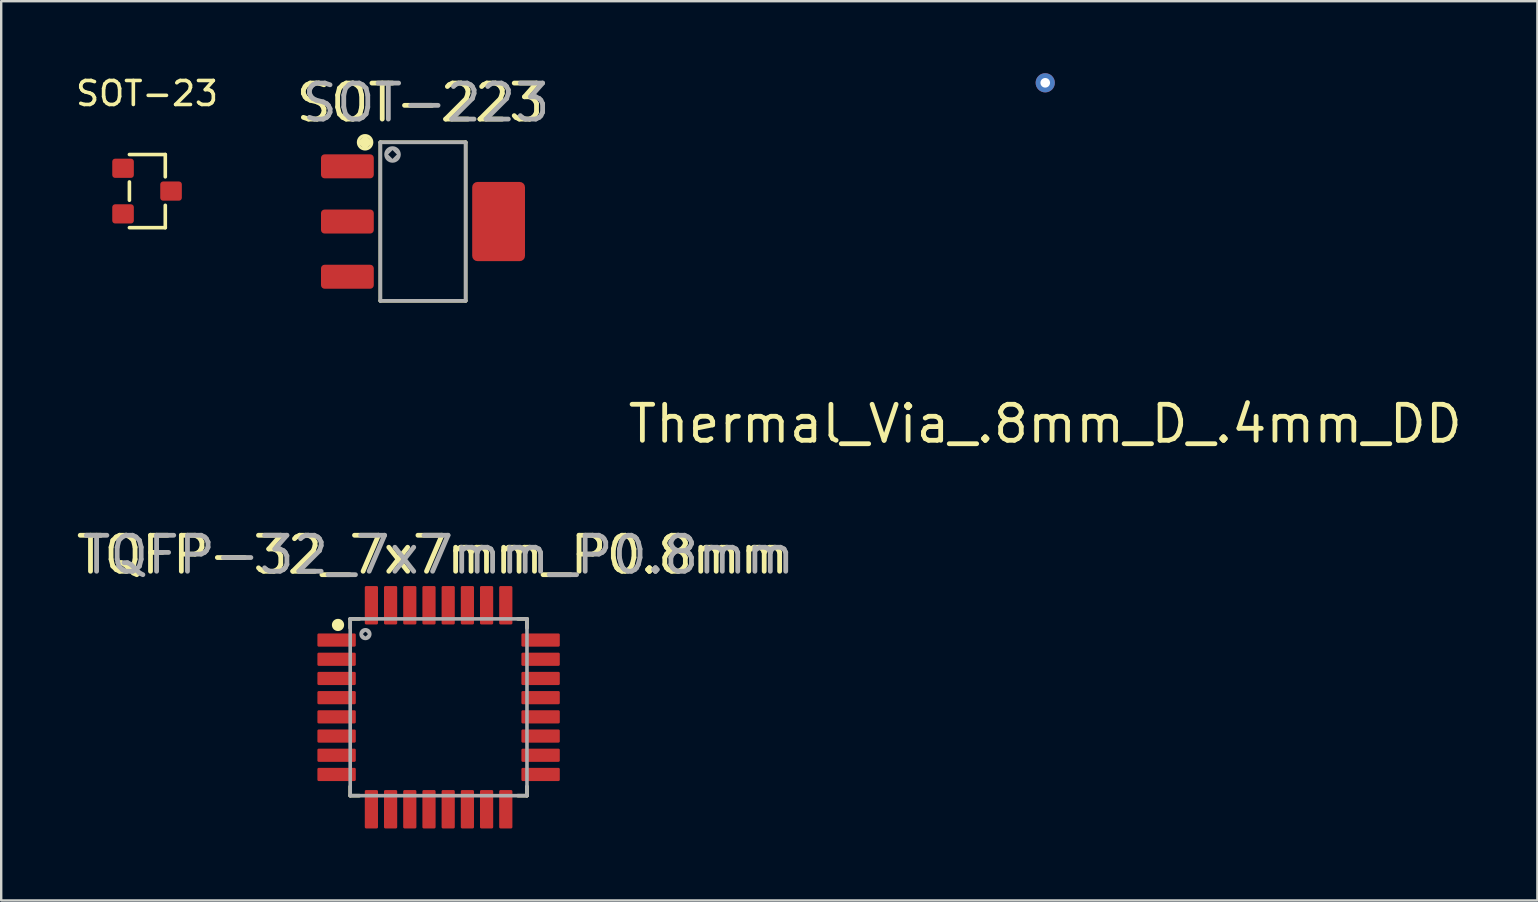
<source format=kicad_pcb>
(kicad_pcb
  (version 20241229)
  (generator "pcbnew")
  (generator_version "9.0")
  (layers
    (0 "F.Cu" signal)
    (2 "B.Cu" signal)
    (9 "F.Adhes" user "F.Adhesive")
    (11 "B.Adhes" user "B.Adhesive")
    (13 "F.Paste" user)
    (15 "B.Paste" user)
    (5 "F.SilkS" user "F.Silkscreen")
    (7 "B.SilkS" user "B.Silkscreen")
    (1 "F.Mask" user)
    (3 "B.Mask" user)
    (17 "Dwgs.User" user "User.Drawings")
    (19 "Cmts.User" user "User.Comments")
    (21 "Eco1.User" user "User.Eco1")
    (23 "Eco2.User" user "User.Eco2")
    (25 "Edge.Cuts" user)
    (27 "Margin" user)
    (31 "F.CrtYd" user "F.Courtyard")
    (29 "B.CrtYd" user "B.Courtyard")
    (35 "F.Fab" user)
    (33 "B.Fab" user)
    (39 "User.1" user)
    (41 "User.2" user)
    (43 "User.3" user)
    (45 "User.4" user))
  (footprint "SOT-23"
    (layer "F.Cu")
    (at 3.077 4.912)
    (property "Reference" "SOT-23" (at 0 -4.064 0) (layer "F.SilkS") (effects (font (size 1 1) (thickness 0.15))))
    (attr smd)
    (fp_line (start -0.735 -0.381) (end -0.735 0.381) (stroke (width 0.15) (type solid)) (layer "F.SilkS"))
    (fp_line (start 0.76 -1.524) (end -0.735 -1.524) (stroke (width 0.15) (type solid)) (layer "F.SilkS"))
    (fp_line (start 0.76 -1.524) (end 0.76 -0.594) (stroke (width 0.15) (type solid)) (layer "F.SilkS"))
    (fp_line (start 0.76 1.524) (end -0.735 1.524) (stroke (width 0.15) (type solid)) (layer "F.SilkS"))
    (fp_line (start 0.76 1.524) (end 0.76 0.594) (stroke (width 0.15) (type solid)) (layer "F.SilkS"))
    (pad "1" smd roundrect (at -1 -0.95) (size 0.9 0.8) (layers "F.Cu" "F.Mask" "F.Paste") (roundrect_rratio 0.15))
    (pad "2" smd roundrect (at -1 0.95) (size 0.9 0.8) (layers "F.Cu" "F.Mask" "F.Paste") (roundrect_rratio 0.15))
    (pad "3" smd roundrect (at 1 0) (size 0.9 0.8) (layers "F.Cu" "F.Mask" "F.Paste") (roundrect_rratio 0.15)))
  (footprint "TQFP-32_7x7mm_P0.8mm"
    (layer "F.Cu")
    (at 15.225 26.419)
    (property "Reference" "TQFP-32_7x7mm_P0.8mm" (at -0.254 -6.35 0) (layer "F.SilkS") (effects (font (size 1.5 1.5) (thickness 0.2))))
    (attr smd)
    (fp_line (start -3.683 -3.683) (end -3.683 -3.302) (stroke (width 0.15) (type solid)) (layer "F.SilkS"))
    (fp_line (start -3.683 -3.683) (end -3.302 -3.683) (stroke (width 0.15) (type solid)) (layer "F.SilkS"))
    (fp_line (start -3.683 3.683) (end -3.683 3.302) (stroke (width 0.15) (type solid)) (layer "F.SilkS"))
    (fp_line (start -3.683 3.683) (end -3.302 3.683) (stroke (width 0.15) (type solid)) (layer "F.SilkS"))
    (fp_line (start 3.683 -3.683) (end 3.302 -3.683) (stroke (width 0.15) (type solid)) (layer "F.SilkS"))
    (fp_line (start 3.683 -3.683) (end 3.683 -3.302) (stroke (width 0.15) (type solid)) (layer "F.SilkS"))
    (fp_line (start 3.683 3.683) (end 3.302 3.683) (stroke (width 0.15) (type solid)) (layer "F.SilkS"))
    (fp_line (start 3.683 3.683) (end 3.683 3.3) (stroke (width 0.15) (type solid)) (layer "F.SilkS"))
    (fp_circle (center -4.191 -3.429) (end -4.064 -3.302) (stroke (width 0.15) (type solid)) (fill no) (layer "F.SilkS"))
    (fp_poly (pts (xy -4.191 -3.609) (xy -4.011 -3.429) (xy -4.191 -3.249) (xy -4.371 -3.429)) (stroke (width 0.1) (type solid)) (fill yes) (layer "F.SilkS"))
    (fp_line (start -3.683 -3.683) (end 3.683 -3.683) (stroke (width 0.15) (type solid)) (layer "F.Fab"))
    (fp_line (start -3.683 3.683) (end -3.683 -3.683) (stroke (width 0.15) (type solid)) (layer "F.Fab"))
    (fp_line (start 3.683 -3.683) (end 3.683 3.683) (stroke (width 0.15) (type solid)) (layer "F.Fab"))
    (fp_line (start 3.683 3.683) (end -3.683 3.683) (stroke (width 0.15) (type solid)) (layer "F.Fab"))
    (fp_circle (center -3.048 -3.048) (end -2.868 -3.048) (stroke (width 0.15) (type solid)) (fill no) (layer "F.Fab"))
    (fp_poly (pts (xy -3.048 -3.228) (xy -2.868 -3.048) (xy -3.048 -2.868) (xy -3.228 -3.048)) (stroke (width 0.1) (type solid)) (fill no) (layer "F.Fab"))
    (fp_text user "${REFERENCE}" (at 0 -6.35 0) (layer "F.Fab") (effects (font (size 1.5 1.5) (thickness 0.2))))
    (pad "1" smd roundrect (at -4.25 -2.8) (size 1.6 0.55) (layers "F.Cu" "F.Mask" "F.Paste") (roundrect_rratio 0.1))
    (pad "2" smd roundrect (at -4.25 -2) (size 1.6 0.55) (layers "F.Cu" "F.Mask" "F.Paste") (roundrect_rratio 0.1))
    (pad "3" smd roundrect (at -4.25 -1.2) (size 1.6 0.55) (layers "F.Cu" "F.Mask" "F.Paste") (roundrect_rratio 0.1))
    (pad "4" smd roundrect (at -4.25 -0.4) (size 1.6 0.55) (layers "F.Cu" "F.Mask" "F.Paste") (roundrect_rratio 0.1))
    (pad "5" smd roundrect (at -4.25 0.4) (size 1.6 0.55) (layers "F.Cu" "F.Mask" "F.Paste") (roundrect_rratio 0.1))
    (pad "6" smd roundrect (at -4.25 1.2) (size 1.6 0.55) (layers "F.Cu" "F.Mask" "F.Paste") (roundrect_rratio 0.1))
    (pad "7" smd roundrect (at -4.25 2) (size 1.6 0.55) (layers "F.Cu" "F.Mask" "F.Paste") (roundrect_rratio 0.1))
    (pad "8" smd roundrect (at -4.25 2.8) (size 1.6 0.55) (layers "F.Cu" "F.Mask" "F.Paste") (roundrect_rratio 0.1))
    (pad "9" smd roundrect (at -2.8 4.25 90) (size 1.6 0.55) (layers "F.Cu" "F.Mask" "F.Paste") (roundrect_rratio 0.1))
    (pad "10" smd roundrect (at -2 4.25 90) (size 1.6 0.55) (layers "F.Cu" "F.Mask" "F.Paste") (roundrect_rratio 0.1))
    (pad "11" smd roundrect (at -1.2 4.25 90) (size 1.6 0.55) (layers "F.Cu" "F.Mask" "F.Paste") (roundrect_rratio 0.1))
    (pad "12" smd roundrect (at -0.4 4.25 90) (size 1.6 0.55) (layers "F.Cu" "F.Mask" "F.Paste") (roundrect_rratio 0.1))
    (pad "13" smd roundrect (at 0.4 4.25 90) (size 1.6 0.55) (layers "F.Cu" "F.Mask" "F.Paste") (roundrect_rratio 0.1))
    (pad "14" smd roundrect (at 1.2 4.25 90) (size 1.6 0.55) (layers "F.Cu" "F.Mask" "F.Paste") (roundrect_rratio 0.1))
    (pad "15" smd roundrect (at 2 4.25 90) (size 1.6 0.55) (layers "F.Cu" "F.Mask" "F.Paste") (roundrect_rratio 0.1))
    (pad "16" smd roundrect (at 2.8 4.25 90) (size 1.6 0.55) (layers "F.Cu" "F.Mask" "F.Paste") (roundrect_rratio 0.1))
    (pad "17" smd roundrect (at 4.25 2.8) (size 1.6 0.55) (layers "F.Cu" "F.Mask" "F.Paste") (roundrect_rratio 0.1))
    (pad "18" smd roundrect (at 4.25 2) (size 1.6 0.55) (layers "F.Cu" "F.Mask" "F.Paste") (roundrect_rratio 0.1))
    (pad "19" smd roundrect (at 4.25 1.2) (size 1.6 0.55) (layers "F.Cu" "F.Mask" "F.Paste") (roundrect_rratio 0.1))
    (pad "20" smd roundrect (at 4.25 0.4) (size 1.6 0.55) (layers "F.Cu" "F.Mask" "F.Paste") (roundrect_rratio 0.1))
    (pad "21" smd roundrect (at 4.25 -0.4) (size 1.6 0.55) (layers "F.Cu" "F.Mask" "F.Paste") (roundrect_rratio 0.1))
    (pad "22" smd roundrect (at 4.25 -1.2) (size 1.6 0.55) (layers "F.Cu" "F.Mask" "F.Paste") (roundrect_rratio 0.1))
    (pad "23" smd roundrect (at 4.25 -2) (size 1.6 0.55) (layers "F.Cu" "F.Mask" "F.Paste") (roundrect_rratio 0.1))
    (pad "24" smd roundrect (at 4.25 -2.8) (size 1.6 0.55) (layers "F.Cu" "F.Mask" "F.Paste") (roundrect_rratio 0.1))
    (pad "25" smd roundrect (at 2.8 -4.25 90) (size 1.6 0.55) (layers "F.Cu" "F.Mask" "F.Paste") (roundrect_rratio 0.1))
    (pad "26" smd roundrect (at 2 -4.25 90) (size 1.6 0.55) (layers "F.Cu" "F.Mask" "F.Paste") (roundrect_rratio 0.1))
    (pad "27" smd roundrect (at 1.2 -4.25 90) (size 1.6 0.55) (layers "F.Cu" "F.Mask" "F.Paste") (roundrect_rratio 0.1))
    (pad "28" smd roundrect (at 0.4 -4.25 90) (size 1.6 0.55) (layers "F.Cu" "F.Mask" "F.Paste") (roundrect_rratio 0.1))
    (pad "29" smd roundrect (at -0.4 -4.25 90) (size 1.6 0.55) (layers "F.Cu" "F.Mask" "F.Paste") (roundrect_rratio 0.1))
    (pad "30" smd roundrect (at -1.2 -4.25 90) (size 1.6 0.55) (layers "F.Cu" "F.Mask" "F.Paste") (roundrect_rratio 0.1))
    (pad "31" smd roundrect (at -2 -4.25 90) (size 1.6 0.55) (layers "F.Cu" "F.Mask" "F.Paste") (roundrect_rratio 0.1))
    (pad "32" smd roundrect (at -2.8 -4.25 90) (size 1.6 0.55) (layers "F.Cu" "F.Mask" "F.Paste") (roundrect_rratio 0.1)))
  (footprint "Thermal_Via_.8mm_D_.4mm_DD"
    (layer "F.Cu")
    (at 40.502 0.4)
    (property "Reference" "Thermal_Via_.8mm_D_.4mm_DD" (at 0 14.212 0) (layer "F.SilkS") (effects (font (size 1.5 1.5) (thickness 0.2))))
    (attr through_hole)
    (pad "" thru_hole circle (at 0 0) (size 0.8 0.8) (drill 0.4) (layers "*.Cu")))
  (footprint "SOT-223"
    (layer "F.Cu")
    (at 14.575 6.181)
    (property "Reference" "SOT-223" (at -0.127 -4.953 0) (layer "F.SilkS") (effects (font (size 1.5 1.5) (thickness 0.2))))
    (attr smd)
    (fp_line (start -1.778 -3.302) (end -1.778 3.302) (stroke (width 0.15) (type solid)) (layer "F.SilkS"))
    (fp_line (start -1.778 -3.302) (end 1.778 -3.302) (stroke (width 0.15) (type solid)) (layer "F.SilkS"))
    (fp_line (start -1.778 3.302) (end 1.778 3.302) (stroke (width 0.15) (type solid)) (layer "F.SilkS"))
    (fp_line (start 1.778 3.302) (end 1.778 -3.302) (stroke (width 0.15) (type solid)) (layer "F.SilkS"))
    (fp_circle (center -2.413 -3.302) (end -2.286 -3.048) (stroke (width 0.12) (type solid)) (fill no) (layer "F.SilkS"))
    (fp_poly (pts (xy -2.413 -3.556) (xy -2.159 -3.302) (xy -2.413 -3.048) (xy -2.667 -3.302)) (stroke (width 0.1) (type solid)) (fill yes) (layer "F.SilkS"))
    (fp_line (start -1.778 -3.302) (end 1.778 -3.302) (stroke (width 0.15) (type solid)) (layer "F.Fab"))
    (fp_line (start -1.778 3.302) (end -1.778 -3.302) (stroke (width 0.15) (type solid)) (layer "F.Fab"))
    (fp_line (start 1.778 -3.302) (end 1.778 3.302) (stroke (width 0.15) (type solid)) (layer "F.Fab"))
    (fp_line (start 1.778 3.302) (end -1.778 3.302) (stroke (width 0.15) (type solid)) (layer "F.Fab"))
    (fp_circle (center -1.27 -2.794) (end -0.986 -2.794) (stroke (width 0.12) (type solid)) (fill no) (layer "F.Fab"))
    (fp_poly (pts (xy -1.27 -3.048) (xy -1.016 -2.794) (xy -1.27 -2.54) (xy -1.524 -2.794)) (stroke (width 0.1) (type solid)) (fill no) (layer "F.Fab"))
    (fp_text user "${REFERENCE}" (at 0.127 -4.953 180) (layer "F.Fab") (effects (font (size 1.5 1.5) (thickness 0.2))))
    (pad "1" smd roundrect (at -3.15 -2.3) (size 2.2 1) (layers "F.Cu" "F.Mask" "F.Paste") (roundrect_rratio 0.15))
    (pad "2" smd roundrect (at -3.15 0) (size 2.2 1) (layers "F.Cu" "F.Mask" "F.Paste") (roundrect_rratio 0.15))
    (pad "3" smd roundrect (at -3.15 2.3) (size 2.2 1) (layers "F.Cu" "F.Mask" "F.Paste") (roundrect_rratio 0.15))
    (pad "4" smd roundrect (at 3.15 0) (size 2.2 3.3) (layers "F.Cu" "F.Mask" "F.Paste") (roundrect_rratio 0.1)))
  (gr_rect
    (start -3 -3)
    (end 61.009 34.469)
    (stroke (width 0.1) (type default))
    (fill no)
    (layer "Edge.Cuts")))
</source>
